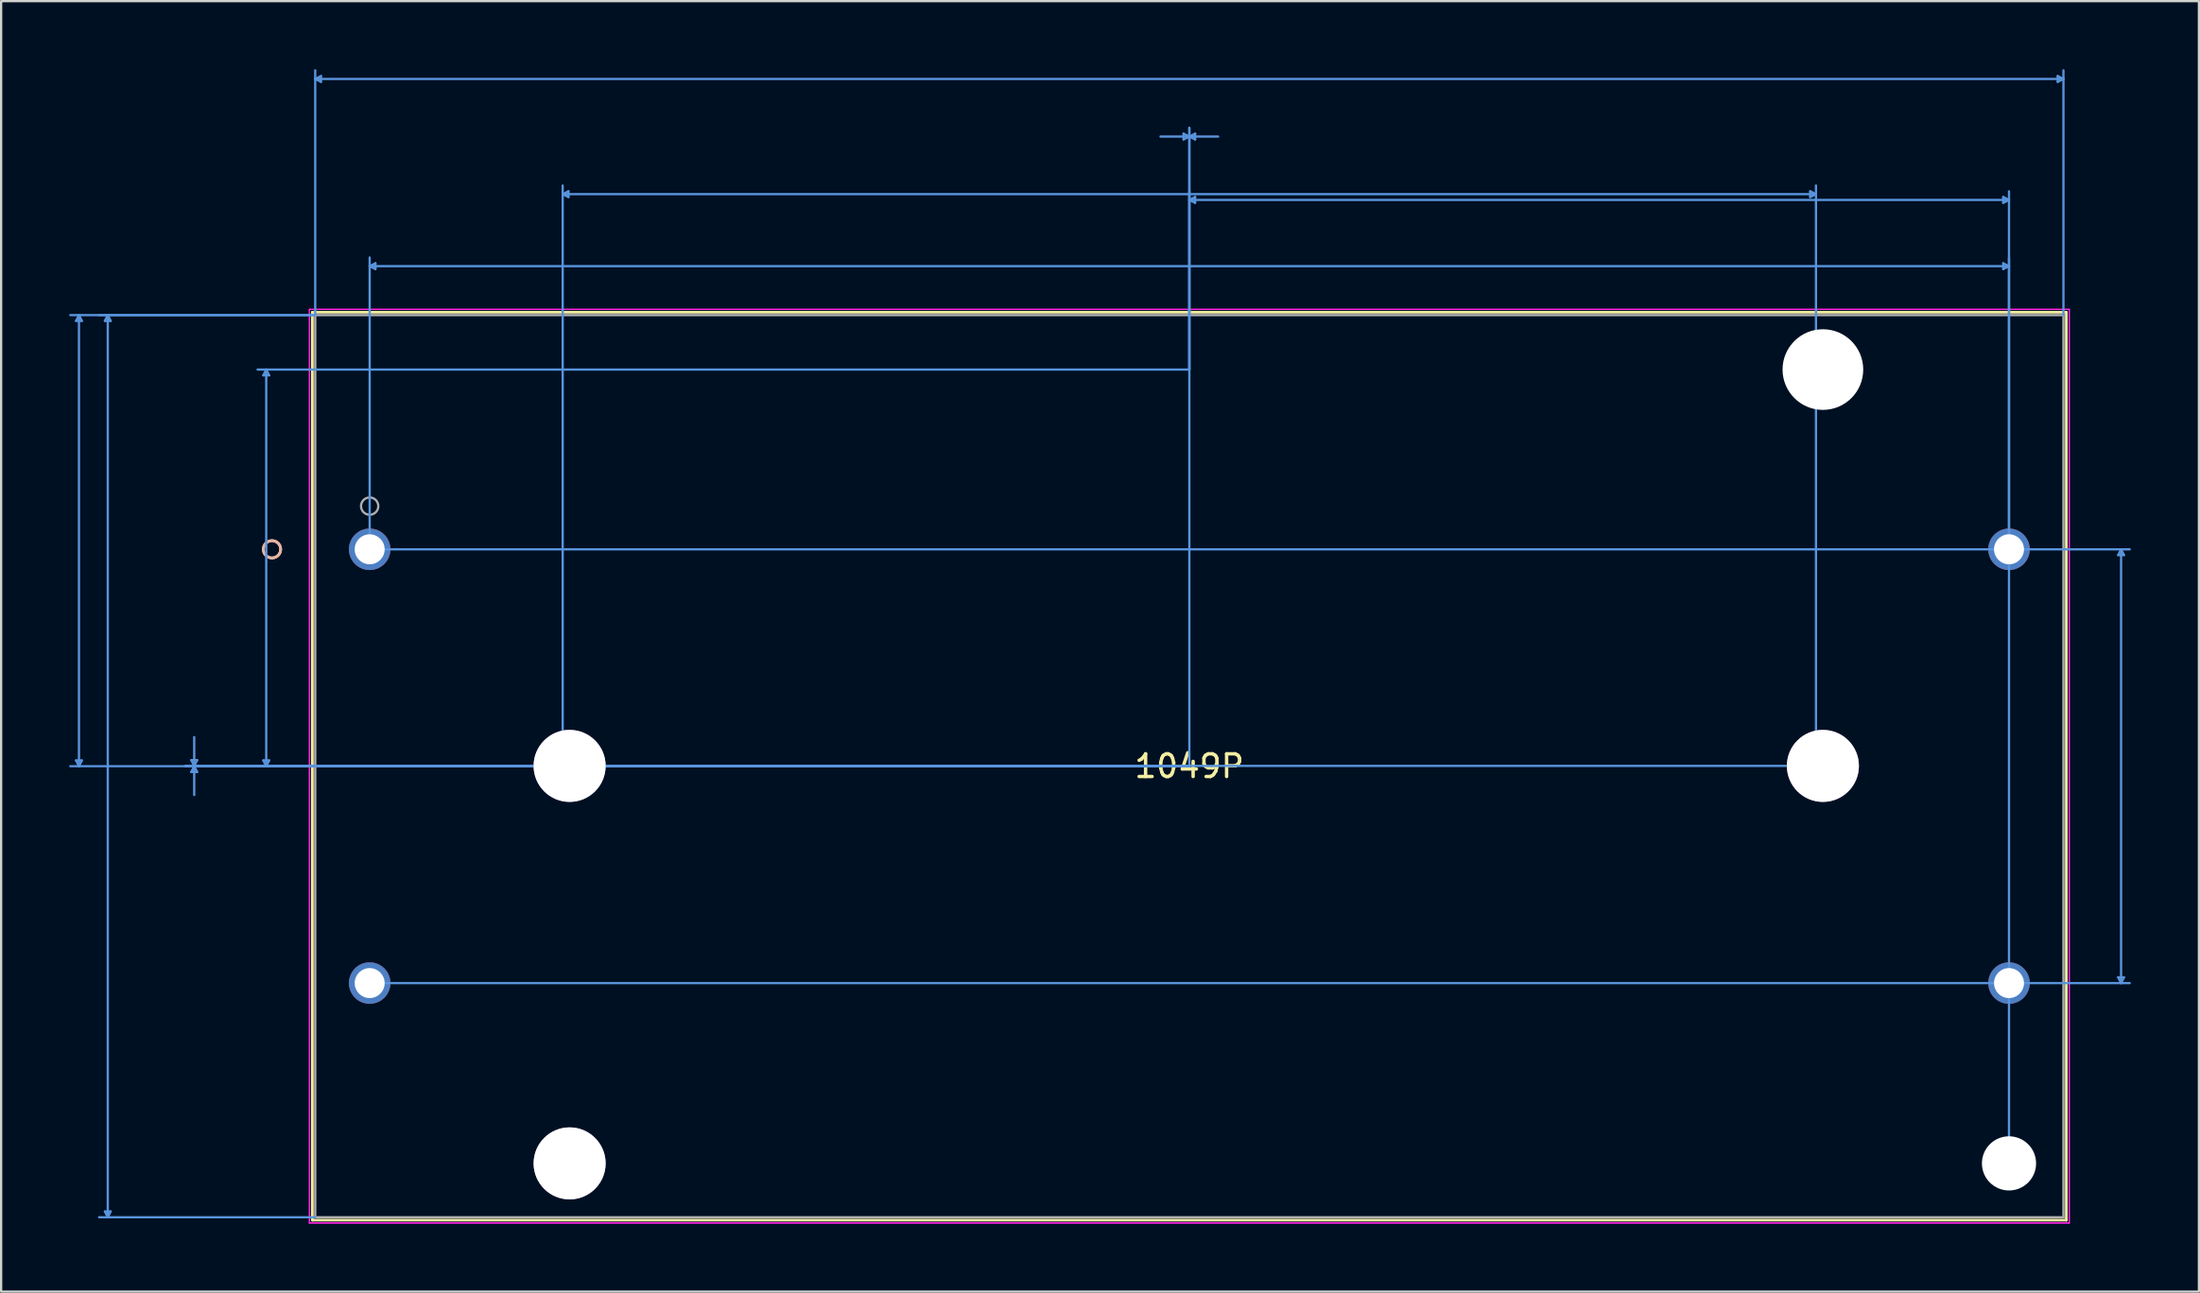
<source format=kicad_pcb>
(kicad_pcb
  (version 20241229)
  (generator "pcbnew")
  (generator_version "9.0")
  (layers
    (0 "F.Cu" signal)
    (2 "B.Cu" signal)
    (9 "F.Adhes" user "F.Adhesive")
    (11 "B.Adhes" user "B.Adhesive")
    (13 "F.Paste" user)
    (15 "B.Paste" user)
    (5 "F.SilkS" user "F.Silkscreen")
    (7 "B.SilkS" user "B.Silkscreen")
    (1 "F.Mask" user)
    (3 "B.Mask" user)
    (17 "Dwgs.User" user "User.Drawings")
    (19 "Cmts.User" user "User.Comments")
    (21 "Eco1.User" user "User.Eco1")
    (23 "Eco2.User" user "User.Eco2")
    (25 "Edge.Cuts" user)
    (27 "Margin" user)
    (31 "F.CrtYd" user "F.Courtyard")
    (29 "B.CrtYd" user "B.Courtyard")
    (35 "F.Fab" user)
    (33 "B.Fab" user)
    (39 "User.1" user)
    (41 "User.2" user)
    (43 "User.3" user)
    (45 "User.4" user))
  (footprint "1049P"
    (layer "F.Cu")
    (at 13.245 21.17)
    (property "Reference" "1049P" (at 36.132 9.563 0) (layer "F.SilkS") (effects (font (size 1 1) (thickness 0.15))))
    (attr through_hole)
    (fp_line (start -2.527 -10.452) (end -2.527 29.578) (stroke (width 0.12) (type solid)) (layer "F.SilkS"))
    (fp_line (start -2.527 29.578) (end 74.79 29.578) (stroke (width 0.12) (type solid)) (layer "F.SilkS"))
    (fp_line (start 74.79 -10.452) (end -2.527 -10.452) (stroke (width 0.12) (type solid)) (layer "F.SilkS"))
    (fp_line (start 74.79 29.578) (end 74.79 -10.452) (stroke (width 0.12) (type solid)) (layer "F.SilkS"))
    (fp_circle (center -4.305 0) (end -3.924 0) (stroke (width 0.12) (type solid)) (fill no) (layer "F.SilkS"))
    (fp_circle (center -4.305 0) (end -3.924 0) (stroke (width 0.12) (type solid)) (fill no) (layer "B.SilkS"))
    (fp_line (start -12.941 -10.071) (end -12.687 -10.071) (stroke (width 0.1) (type solid)) (layer "Cmts.User"))
    (fp_line (start -12.941 9.309) (end -12.687 9.309) (stroke (width 0.1) (type solid)) (layer "Cmts.User"))
    (fp_line (start -12.814 -10.325) (end -12.941 -10.071) (stroke (width 0.1) (type solid)) (layer "Cmts.User"))
    (fp_line (start -12.814 -10.325) (end -12.814 9.563) (stroke (width 0.1) (type solid)) (layer "Cmts.User"))
    (fp_line (start -12.814 -10.325) (end -12.687 -10.071) (stroke (width 0.1) (type solid)) (layer "Cmts.User"))
    (fp_line (start -12.814 9.563) (end -12.941 9.309) (stroke (width 0.1) (type solid)) (layer "Cmts.User"))
    (fp_line (start -12.814 9.563) (end -12.687 9.309) (stroke (width 0.1) (type solid)) (layer "Cmts.User"))
    (fp_line (start -11.671 -10.071) (end -11.417 -10.071) (stroke (width 0.1) (type solid)) (layer "Cmts.User"))
    (fp_line (start -11.671 29.197) (end -11.417 29.197) (stroke (width 0.1) (type solid)) (layer "Cmts.User"))
    (fp_line (start -11.544 -10.325) (end -11.671 -10.071) (stroke (width 0.1) (type solid)) (layer "Cmts.User"))
    (fp_line (start -11.544 -10.325) (end -11.544 29.451) (stroke (width 0.1) (type solid)) (layer "Cmts.User"))
    (fp_line (start -11.544 -10.325) (end -11.417 -10.071) (stroke (width 0.1) (type solid)) (layer "Cmts.User"))
    (fp_line (start -11.544 29.451) (end -11.671 29.197) (stroke (width 0.1) (type solid)) (layer "Cmts.User"))
    (fp_line (start -11.544 29.451) (end -11.417 29.197) (stroke (width 0.1) (type solid)) (layer "Cmts.User"))
    (fp_line (start -7.861 9.296) (end -7.607 9.296) (stroke (width 0.1) (type solid)) (layer "Cmts.User"))
    (fp_line (start -7.861 9.817) (end -7.607 9.817) (stroke (width 0.1) (type solid)) (layer "Cmts.User"))
    (fp_line (start -7.734 9.55) (end -7.861 9.296) (stroke (width 0.1) (type solid)) (layer "Cmts.User"))
    (fp_line (start -7.734 9.55) (end -7.734 8.28) (stroke (width 0.1) (type solid)) (layer "Cmts.User"))
    (fp_line (start -7.734 9.55) (end -7.607 9.296) (stroke (width 0.1) (type solid)) (layer "Cmts.User"))
    (fp_line (start -7.734 9.563) (end -7.861 9.817) (stroke (width 0.1) (type solid)) (layer "Cmts.User"))
    (fp_line (start -7.734 9.563) (end -7.734 10.833) (stroke (width 0.1) (type solid)) (layer "Cmts.User"))
    (fp_line (start -7.734 9.563) (end -7.607 9.817) (stroke (width 0.1) (type solid)) (layer "Cmts.User"))
    (fp_line (start -4.686 -7.671) (end -4.432 -7.671) (stroke (width 0.1) (type solid)) (layer "Cmts.User"))
    (fp_line (start -4.686 9.309) (end -4.432 9.309) (stroke (width 0.1) (type solid)) (layer "Cmts.User"))
    (fp_line (start -4.559 -7.925) (end -4.686 -7.671) (stroke (width 0.1) (type solid)) (layer "Cmts.User"))
    (fp_line (start -4.559 -7.925) (end -4.559 9.563) (stroke (width 0.1) (type solid)) (layer "Cmts.User"))
    (fp_line (start -4.559 -7.925) (end -4.432 -7.671) (stroke (width 0.1) (type solid)) (layer "Cmts.User"))
    (fp_line (start -4.559 9.563) (end -4.686 9.309) (stroke (width 0.1) (type solid)) (layer "Cmts.User"))
    (fp_line (start -4.559 9.563) (end -4.432 9.309) (stroke (width 0.1) (type solid)) (layer "Cmts.User"))
    (fp_line (start -2.4 -20.739) (end -2.146 -20.866) (stroke (width 0.1) (type solid)) (layer "Cmts.User"))
    (fp_line (start -2.4 -20.739) (end -2.146 -20.612) (stroke (width 0.1) (type solid)) (layer "Cmts.User"))
    (fp_line (start -2.4 -20.739) (end 74.663 -20.739) (stroke (width 0.1) (type solid)) (layer "Cmts.User"))
    (fp_line (start -2.4 -10.325) (end -13.195 -10.325) (stroke (width 0.1) (type solid)) (layer "Cmts.User"))
    (fp_line (start -2.4 -10.325) (end -11.925 -10.325) (stroke (width 0.1) (type solid)) (layer "Cmts.User"))
    (fp_line (start -2.4 -10.325) (end -2.4 -21.12) (stroke (width 0.1) (type solid)) (layer "Cmts.User"))
    (fp_line (start -2.4 29.451) (end -11.925 29.451) (stroke (width 0.1) (type solid)) (layer "Cmts.User"))
    (fp_line (start -2.146 -20.866) (end -2.146 -20.612) (stroke (width 0.1) (type solid)) (layer "Cmts.User"))
    (fp_line (start 0 -12.484) (end 0.254 -12.611) (stroke (width 0.1) (type solid)) (layer "Cmts.User"))
    (fp_line (start 0 -12.484) (end 0.254 -12.357) (stroke (width 0.1) (type solid)) (layer "Cmts.User"))
    (fp_line (start 0 -12.484) (end 72.263 -12.484) (stroke (width 0.1) (type solid)) (layer "Cmts.User"))
    (fp_line (start 0 0) (end 0 -12.865) (stroke (width 0.1) (type solid)) (layer "Cmts.User"))
    (fp_line (start 0 0) (end 77.584 0) (stroke (width 0.1) (type solid)) (layer "Cmts.User"))
    (fp_line (start 0 19.126) (end 77.584 19.126) (stroke (width 0.1) (type solid)) (layer "Cmts.User"))
    (fp_line (start 0.254 -12.611) (end 0.254 -12.357) (stroke (width 0.1) (type solid)) (layer "Cmts.User"))
    (fp_line (start 8.509 -15.659) (end 8.763 -15.786) (stroke (width 0.1) (type solid)) (layer "Cmts.User"))
    (fp_line (start 8.509 -15.659) (end 8.763 -15.532) (stroke (width 0.1) (type solid)) (layer "Cmts.User"))
    (fp_line (start 8.509 -15.659) (end 63.754 -15.659) (stroke (width 0.1) (type solid)) (layer "Cmts.User"))
    (fp_line (start 8.509 9.55) (end 8.509 -16.04) (stroke (width 0.1) (type solid)) (layer "Cmts.User"))
    (fp_line (start 8.763 -15.786) (end 8.763 -15.532) (stroke (width 0.1) (type solid)) (layer "Cmts.User"))
    (fp_line (start 35.877 -18.326) (end 35.877 -18.072) (stroke (width 0.1) (type solid)) (layer "Cmts.User"))
    (fp_line (start 36.132 -18.199) (end 34.861 -18.199) (stroke (width 0.1) (type solid)) (layer "Cmts.User"))
    (fp_line (start 36.132 -18.199) (end 35.877 -18.326) (stroke (width 0.1) (type solid)) (layer "Cmts.User"))
    (fp_line (start 36.132 -18.199) (end 35.877 -18.072) (stroke (width 0.1) (type solid)) (layer "Cmts.User"))
    (fp_line (start 36.132 -18.199) (end 36.386 -18.326) (stroke (width 0.1) (type solid)) (layer "Cmts.User"))
    (fp_line (start 36.132 -18.199) (end 36.386 -18.072) (stroke (width 0.1) (type solid)) (layer "Cmts.User"))
    (fp_line (start 36.132 -18.199) (end 37.401 -18.199) (stroke (width 0.1) (type solid)) (layer "Cmts.User"))
    (fp_line (start 36.132 -15.405) (end 36.386 -15.532) (stroke (width 0.1) (type solid)) (layer "Cmts.User"))
    (fp_line (start 36.132 -15.405) (end 36.386 -15.278) (stroke (width 0.1) (type solid)) (layer "Cmts.User"))
    (fp_line (start 36.132 -15.405) (end 72.263 -15.405) (stroke (width 0.1) (type solid)) (layer "Cmts.User"))
    (fp_line (start 36.132 -7.925) (end -4.94 -7.925) (stroke (width 0.1) (type solid)) (layer "Cmts.User"))
    (fp_line (start 36.132 -7.925) (end 36.132 -18.58) (stroke (width 0.1) (type solid)) (layer "Cmts.User"))
    (fp_line (start 36.132 -7.925) (end 36.132 -18.58) (stroke (width 0.1) (type solid)) (layer "Cmts.User"))
    (fp_line (start 36.132 9.563) (end -13.195 9.563) (stroke (width 0.1) (type solid)) (layer "Cmts.User"))
    (fp_line (start 36.132 9.563) (end -8.115 9.563) (stroke (width 0.1) (type solid)) (layer "Cmts.User"))
    (fp_line (start 36.132 9.563) (end -4.94 9.563) (stroke (width 0.1) (type solid)) (layer "Cmts.User"))
    (fp_line (start 36.132 9.563) (end 36.132 -15.786) (stroke (width 0.1) (type solid)) (layer "Cmts.User"))
    (fp_line (start 36.386 -18.326) (end 36.386 -18.072) (stroke (width 0.1) (type solid)) (layer "Cmts.User"))
    (fp_line (start 36.386 -15.532) (end 36.386 -15.278) (stroke (width 0.1) (type solid)) (layer "Cmts.User"))
    (fp_line (start 63.5 -15.786) (end 63.5 -15.532) (stroke (width 0.1) (type solid)) (layer "Cmts.User"))
    (fp_line (start 63.754 -15.659) (end 63.5 -15.786) (stroke (width 0.1) (type solid)) (layer "Cmts.User"))
    (fp_line (start 63.754 -15.659) (end 63.5 -15.532) (stroke (width 0.1) (type solid)) (layer "Cmts.User"))
    (fp_line (start 63.754 9.55) (end -8.115 9.55) (stroke (width 0.1) (type solid)) (layer "Cmts.User"))
    (fp_line (start 63.754 9.55) (end 63.754 -16.04) (stroke (width 0.1) (type solid)) (layer "Cmts.User"))
    (fp_line (start 72.009 -15.532) (end 72.009 -15.278) (stroke (width 0.1) (type solid)) (layer "Cmts.User"))
    (fp_line (start 72.009 -12.611) (end 72.009 -12.357) (stroke (width 0.1) (type solid)) (layer "Cmts.User"))
    (fp_line (start 72.263 -15.405) (end 72.009 -15.532) (stroke (width 0.1) (type solid)) (layer "Cmts.User"))
    (fp_line (start 72.263 -15.405) (end 72.009 -15.278) (stroke (width 0.1) (type solid)) (layer "Cmts.User"))
    (fp_line (start 72.263 -12.484) (end 72.009 -12.611) (stroke (width 0.1) (type solid)) (layer "Cmts.User"))
    (fp_line (start 72.263 -12.484) (end 72.009 -12.357) (stroke (width 0.1) (type solid)) (layer "Cmts.User"))
    (fp_line (start 72.263 0) (end 72.263 -12.865) (stroke (width 0.1) (type solid)) (layer "Cmts.User"))
    (fp_line (start 72.263 27.076) (end 72.263 -15.786) (stroke (width 0.1) (type solid)) (layer "Cmts.User"))
    (fp_line (start 74.409 -20.866) (end 74.409 -20.612) (stroke (width 0.1) (type solid)) (layer "Cmts.User"))
    (fp_line (start 74.663 -20.739) (end 74.409 -20.866) (stroke (width 0.1) (type solid)) (layer "Cmts.User"))
    (fp_line (start 74.663 -20.739) (end 74.409 -20.612) (stroke (width 0.1) (type solid)) (layer "Cmts.User"))
    (fp_line (start 74.663 -10.325) (end 74.663 -21.12) (stroke (width 0.1) (type solid)) (layer "Cmts.User"))
    (fp_line (start 77.076 0.254) (end 77.33 0.254) (stroke (width 0.1) (type solid)) (layer "Cmts.User"))
    (fp_line (start 77.076 18.872) (end 77.33 18.872) (stroke (width 0.1) (type solid)) (layer "Cmts.User"))
    (fp_line (start 77.203 0) (end 77.076 0.254) (stroke (width 0.1) (type solid)) (layer "Cmts.User"))
    (fp_line (start 77.203 0) (end 77.203 19.126) (stroke (width 0.1) (type solid)) (layer "Cmts.User"))
    (fp_line (start 77.203 0) (end 77.33 0.254) (stroke (width 0.1) (type solid)) (layer "Cmts.User"))
    (fp_line (start 77.203 19.126) (end 77.076 18.872) (stroke (width 0.1) (type solid)) (layer "Cmts.User"))
    (fp_line (start 77.203 19.126) (end 77.33 18.872) (stroke (width 0.1) (type solid)) (layer "Cmts.User"))
    (fp_line (start -2.654 -10.579) (end -2.654 29.705) (stroke (width 0.05) (type solid)) (layer "F.CrtYd"))
    (fp_line (start -2.654 -10.579) (end -2.654 29.705) (stroke (width 0.05) (type solid)) (layer "F.CrtYd"))
    (fp_line (start -2.654 29.705) (end 74.917 29.705) (stroke (width 0.05) (type solid)) (layer "F.CrtYd"))
    (fp_line (start -2.654 29.705) (end 74.917 29.705) (stroke (width 0.05) (type solid)) (layer "F.CrtYd"))
    (fp_line (start 74.917 -10.579) (end -2.654 -10.579) (stroke (width 0.05) (type solid)) (layer "F.CrtYd"))
    (fp_line (start 74.917 -10.579) (end -2.654 -10.579) (stroke (width 0.05) (type solid)) (layer "F.CrtYd"))
    (fp_line (start 74.917 29.705) (end 74.917 -10.579) (stroke (width 0.05) (type solid)) (layer "F.CrtYd"))
    (fp_line (start 74.917 29.705) (end 74.917 -10.579) (stroke (width 0.05) (type solid)) (layer "F.CrtYd"))
    (fp_line (start -2.4 -10.325) (end -2.4 29.451) (stroke (width 0.1) (type solid)) (layer "F.Fab"))
    (fp_line (start -2.4 29.451) (end 74.663 29.451) (stroke (width 0.1) (type solid)) (layer "F.Fab"))
    (fp_line (start 74.663 -10.325) (end -2.4 -10.325) (stroke (width 0.1) (type solid)) (layer "F.Fab"))
    (fp_line (start 74.663 29.451) (end 74.663 -10.325) (stroke (width 0.1) (type solid)) (layer "F.Fab"))
    (fp_circle (center 0 -1.905) (end 0.381 -1.905) (stroke (width 0.1) (type solid)) (fill no) (layer "F.Fab"))
    (fp_text user "*" (at 0 0 0) (layer "F.SilkS") (effects (font (size 1 1) (thickness 0.15))))
    (fp_text user "Copyright 2021 Accelerated Designs. All rights reserved." (at 0 0 0) (layer "Cmts.User") (effects (font (size 0.127 0.127) (thickness 0.002))))
    (fp_text user "*" (at 0 0 0) (layer "F.Fab") (effects (font (size 1 1) (thickness 0.15))))
    (pad "" np_thru_hole circle (at 64.059 -7.925) (size 3.556 3.556) (drill 3.556) (layers "*.Cu" "*.Mask"))
    (pad "" np_thru_hole circle (at 72.263 27.076) (size 2.388 2.388) (drill 2.388) (layers "*.Cu" "*.Mask"))
    (pad "1" thru_hole circle (at 0 0) (size 1.829 1.829) (drill 1.321) (layers "*.Cu" "*.Mask"))
    (pad "2" thru_hole circle (at 72.263 0) (size 1.829 1.829) (drill 1.321) (layers "*.Cu" "*.Mask"))
    (pad "3" thru_hole circle (at 0 19.126) (size 1.829 1.829) (drill 1.321) (layers "*.Cu" "*.Mask"))
    (pad "4" thru_hole circle (at 72.263 19.126) (size 1.829 1.829) (drill 1.321) (layers "*.Cu" "*.Mask"))
    (pad "6" thru_hole circle (at 8.814 9.55) (size 3.175 3.175) (drill 3.175) (layers "*.Cu" "*.Mask"))
    (pad "7" thru_hole circle (at 64.059 9.55) (size 3.175 3.175) (drill 3.175) (layers "*.Cu" "*.Mask"))
    (pad "8" thru_hole circle (at 8.814 27.076) (size 3.175 3.175) (drill 3.175) (layers "*.Cu" "*.Mask")))
  (gr_rect
    (start -3 -3)
    (end 93.88 53.9)
    (stroke (width 0.1) (type default))
    (fill no)
    (layer "Edge.Cuts")))
</source>
